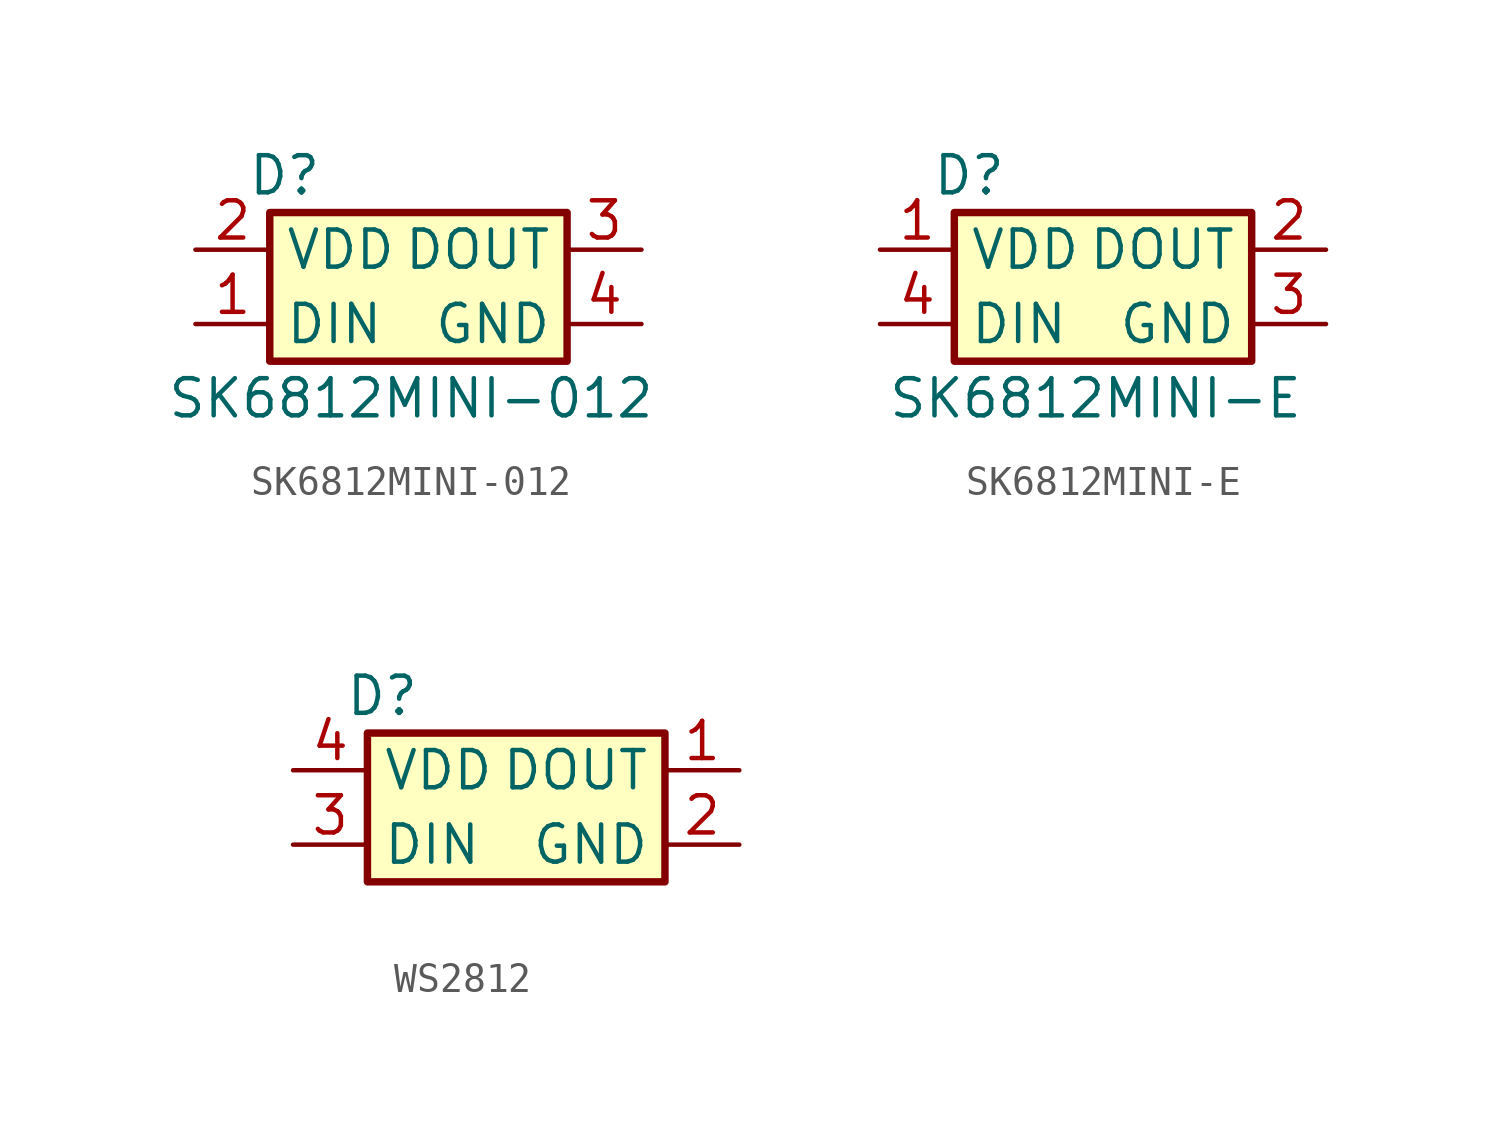
<source format=kicad_sym>
(kicad_symbol_lib
  (version 20241209)
  (generator "kicad_symbol_editor")
  (generator_version "9.0")
  (symbol "SK6812MINI-012"
    (property "Reference" "D"
      (at -4.572 3.81 0)
      (effects (font (size 1.27 1.27))))
    (property "Value" "SK6812MINI-012"
      (at -0.254 -3.81 0)
      (effects (font (size 1.27 1.27))))
    (symbol "SK6812MINI-012_0_1"
      (rectangle (start -5.08 2.54) (end 5.08 -2.54) (stroke (width 0.254) (type default)) (fill (type background))))
    (symbol "SK6812MINI-012_1_1"
      (pin power_in line (at -7.62 1.27 0) (length 2.54) (name "VDD" (effects (font (size 1.27 1.27)))) (number "2" (effects (font (size 1.27 1.27)))))
      (pin passive line (at -7.62 -1.27 0) (length 2.54) (name "DIN" (effects (font (size 1.27 1.27)))) (number "1" (effects (font (size 1.27 1.27)))))
      (pin passive line (at 7.62 1.27 180) (length 2.54) (name "DOUT" (effects (font (size 1.27 1.27)))) (number "3" (effects (font (size 1.27 1.27)))))
      (pin power_in line (at 7.62 -1.27 180) (length 2.54) (name "GND" (effects (font (size 1.27 1.27)))) (number "4" (effects (font (size 1.27 1.27)))))))
  (symbol "SK6812MINI-E"
    (property "Reference" "D"
      (at -4.572 3.81 0)
      (effects (font (size 1.27 1.27))))
    (property "Value" "SK6812MINI-E"
      (at -0.254 -3.81 0)
      (effects (font (size 1.27 1.27))))
    (symbol "SK6812MINI-E_0_1"
      (rectangle (start -5.08 2.54) (end 5.08 -2.54) (stroke (width 0.254) (type default)) (fill (type background))))
    (symbol "SK6812MINI-E_1_1"
      (pin power_in line (at -7.62 1.27 0) (length 2.54) (name "VDD" (effects (font (size 1.27 1.27)))) (number "1" (effects (font (size 1.27 1.27)))))
      (pin passive line (at -7.62 -1.27 0) (length 2.54) (name "DIN" (effects (font (size 1.27 1.27)))) (number "4" (effects (font (size 1.27 1.27)))))
      (pin passive line (at 7.62 1.27 180) (length 2.54) (name "DOUT" (effects (font (size 1.27 1.27)))) (number "2" (effects (font (size 1.27 1.27)))))
      (pin power_in line (at 7.62 -1.27 180) (length 2.54) (name "GND" (effects (font (size 1.27 1.27)))) (number "3" (effects (font (size 1.27 1.27)))))))
  (symbol "WS2812"
    (property "Reference" "D"
      (at -4.572 3.81 0)
      (effects (font (size 1.27 1.27))))
    (property "Value" ""
      (at -11.43 -3.81 0)
      (effects (font (size 1.27 1.27))))
    (symbol "WS2812_0_1"
      (rectangle (start -5.08 2.54) (end 5.08 -2.54) (stroke (width 0.254) (type default)) (fill (type background))))
    (symbol "WS2812_1_1"
      (pin power_in line (at -7.62 1.27 0) (length 2.54) (name "VDD" (effects (font (size 1.27 1.27)))) (number "4" (effects (font (size 1.27 1.27)))))
      (pin passive line (at -7.62 -1.27 0) (length 2.54) (name "DIN" (effects (font (size 1.27 1.27)))) (number "3" (effects (font (size 1.27 1.27)))))
      (pin passive line (at 7.62 1.27 180) (length 2.54) (name "DOUT" (effects (font (size 1.27 1.27)))) (number "1" (effects (font (size 1.27 1.27)))))
      (pin power_in line (at 7.62 -1.27 180) (length 2.54) (name "GND" (effects (font (size 1.27 1.27)))) (number "2" (effects (font (size 1.27 1.27))))))))
</source>
